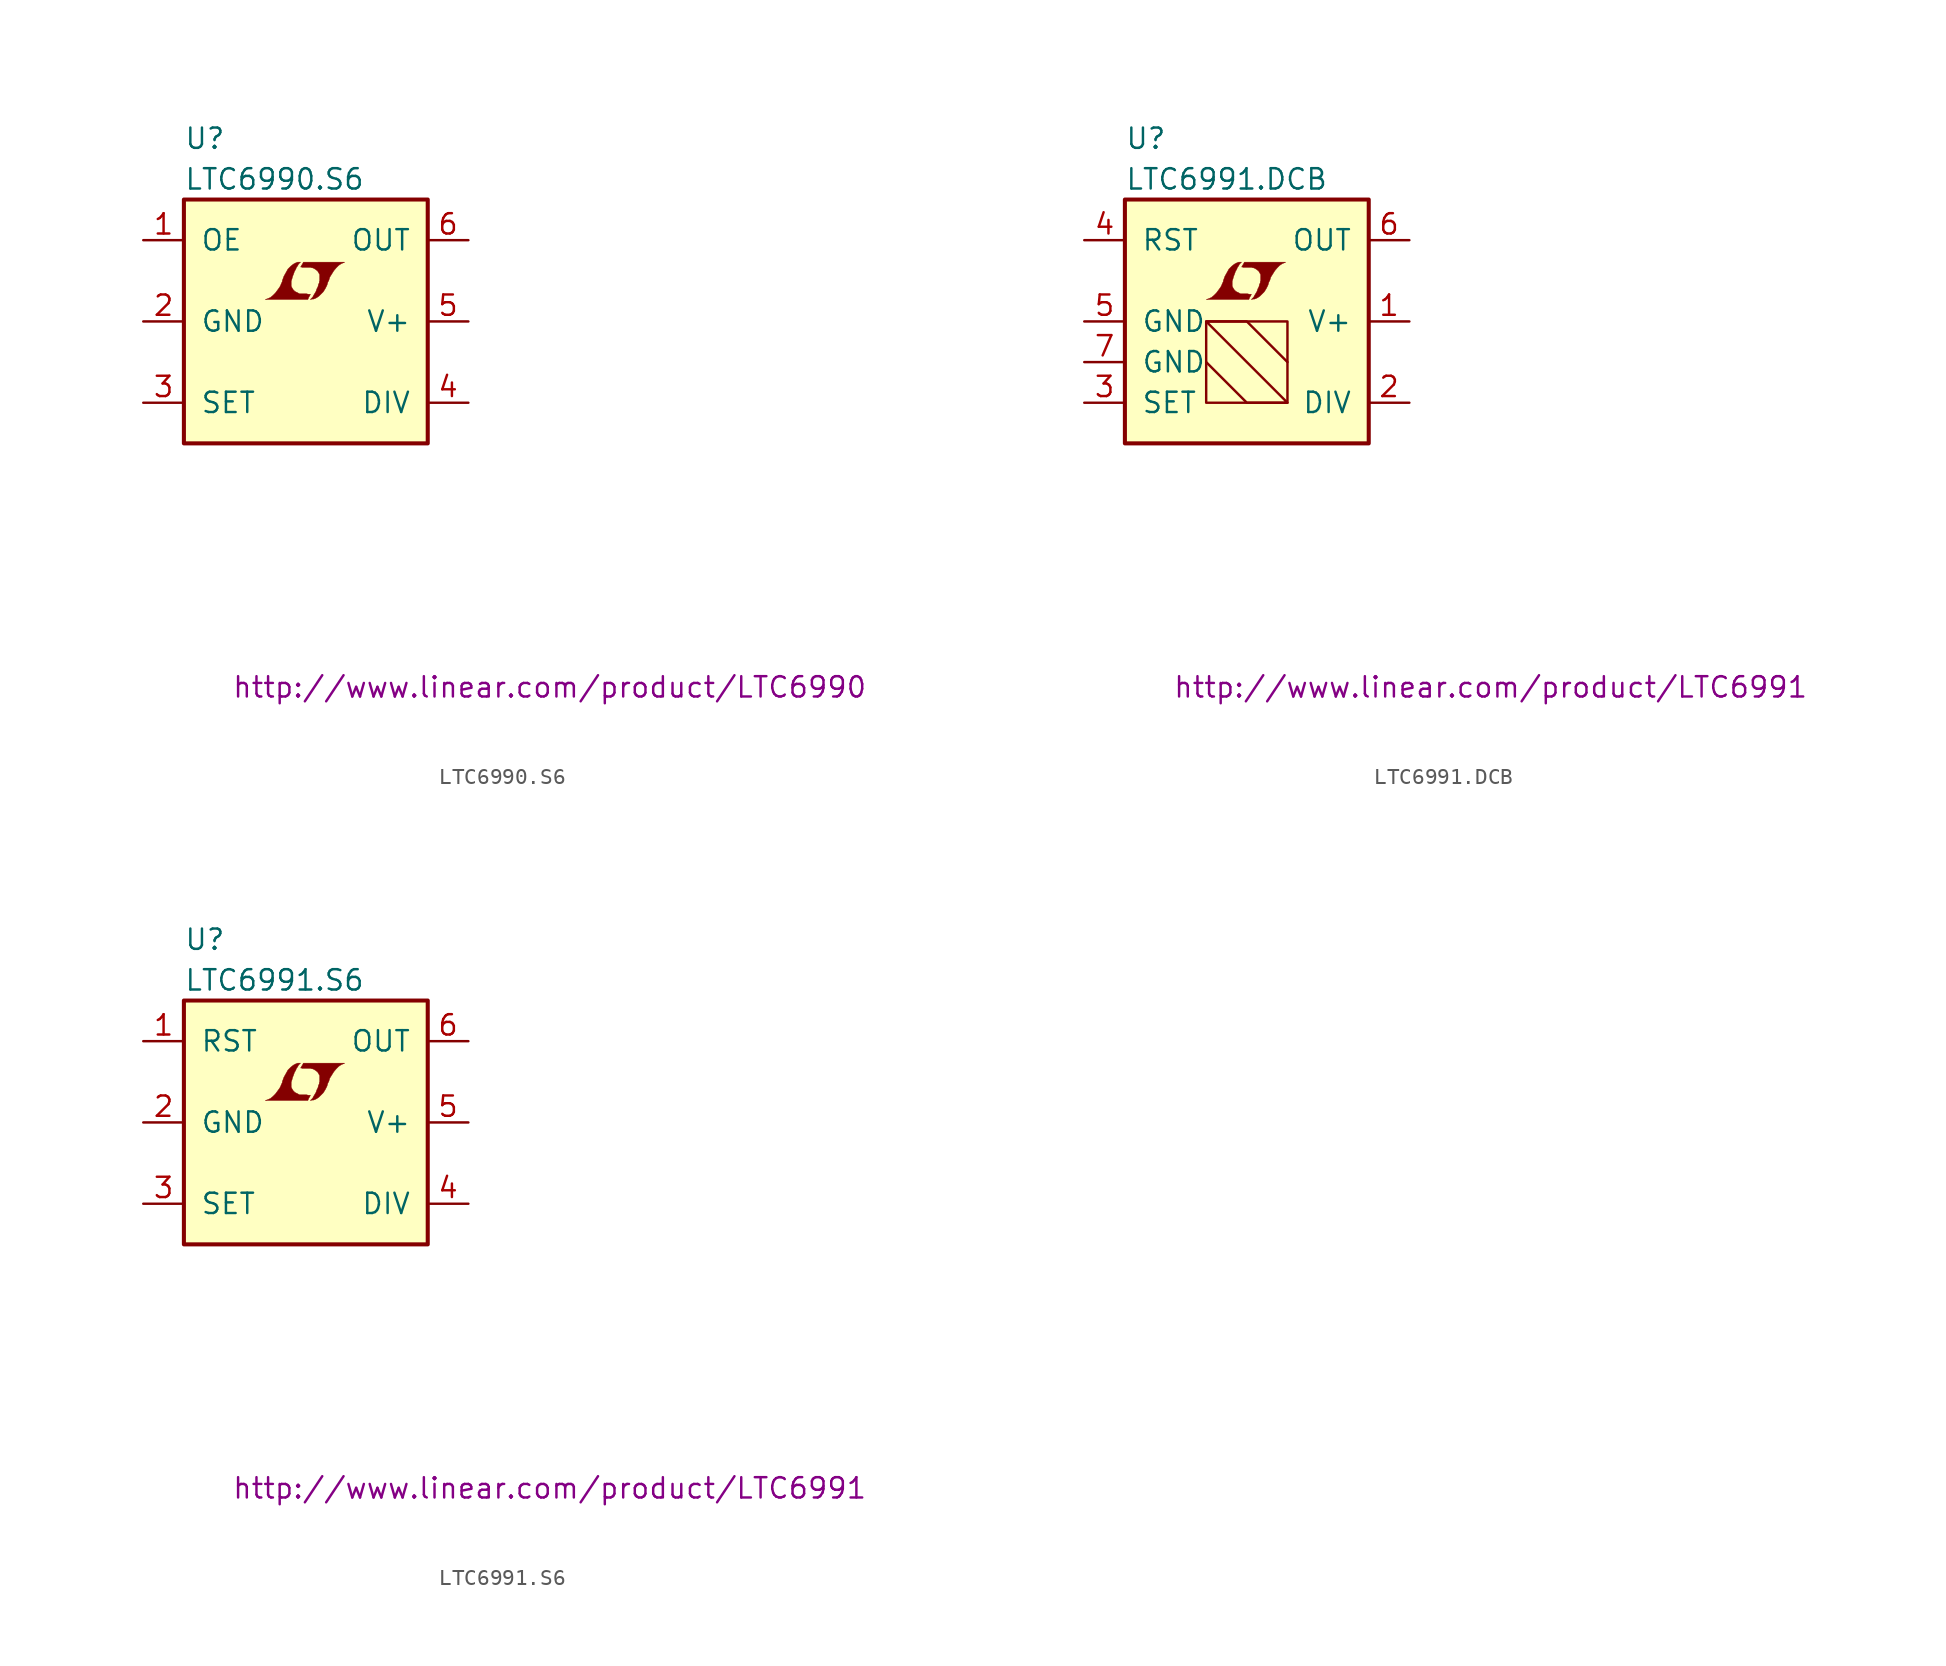
<source format=kicad_sym>
(kicad_symbol_lib
  (version 20201005)
  (generator kicad_symbol_editor)
  (symbol "LTC6990.S6"
    (pin_names
      (offset 1.016))
    (property "Reference" "U"
      (at -7.62 11.43 0)
      (effects (font (size 1.27 1.27)) (justify left)))
    (property "Value" "LTC6990.S6"
      (at -7.62 8.89 0)
      (effects (font (size 1.27 1.27)) (justify left)))
    (property "Datasheet" "http://www.linear.com/product/LTC6990"
      (at 15.24 -22.86 0)
      (effects (font (size 1.27 1.27))))
    (symbol "LTC6990.S6_0_0"
      (polyline (pts (xy 0.203 1.549) (xy 0.229 1.575) (xy 0.279 1.676) (xy 0.279 1.702) (xy 0.152 1.702) (xy 0.051 1.727) (xy -0.406 1.727) (xy -0.432 1.753) (xy -0.686 1.88) (xy -0.787 1.981) (xy -0.864 2.108) (xy -0.914 2.21) (xy -0.914 2.515) (xy -0.864 2.667) (xy -0.838 2.769) (xy -0.813 2.845) (xy -0.762 2.972) (xy -0.711 3.124) (xy -0.635 3.251) (xy -0.584 3.378) (xy -0.508 3.48) (xy -0.457 3.581) (xy -0.33 3.708) (xy -0.508 3.708) (xy -0.635 3.658) (xy -0.737 3.607) (xy -0.813 3.556) (xy -0.94 3.454) (xy -1.118 3.277) (xy -1.372 2.819) (xy -1.473 2.54) (xy -1.473 2.489) (xy -1.524 2.388) (xy -1.575 2.261) (xy -1.626 2.159) (xy -1.753 1.981) (xy -1.905 1.778) (xy -2.057 1.626) (xy -2.21 1.499) (xy -2.388 1.422) (xy -2.54 1.372) (xy 0.127 1.372) (xy 0.203 1.549)) (stroke (width 0.025)) (fill (type outline)))
      (polyline (pts (xy 0.406 1.397) (xy 0.483 1.397) (xy 0.66 1.473) (xy 0.813 1.575) (xy 1.092 1.854) (xy 1.219 2.057) (xy 1.321 2.261) (xy 1.397 2.515) (xy 1.422 2.515) (xy 1.499 2.769) (xy 1.753 3.175) (xy 1.905 3.353) (xy 2.057 3.505) (xy 2.21 3.607) (xy 2.388 3.683) (xy 2.413 3.683) (xy 2.413 3.708) (xy -0.152 3.708) (xy -0.229 3.556) (xy -0.254 3.531) (xy -0.305 3.429) (xy -0.33 3.404) (xy -0.279 3.404) (xy -0.229 3.378) (xy 0.305 3.378) (xy 0.356 3.353) (xy 0.406 3.353) (xy 0.483 3.327) (xy 0.61 3.251) (xy 0.737 3.15) (xy 0.813 3.023) (xy 0.838 2.972) (xy 0.864 2.946) (xy 0.864 2.54) (xy 0.838 2.489) (xy 0.838 2.413) (xy 0.787 2.311) (xy 0.762 2.184) (xy 0.686 2.032) (xy 0.635 1.88) (xy 0.483 1.626) (xy 0.432 1.524) (xy 0.279 1.372) (xy 0.406 1.397)) (stroke (width 0.025)) (fill (type outline))))
    (symbol "LTC6990.S6_0_1"
      (rectangle (start -7.62 7.62) (end 7.62 -7.62) (stroke (width 0.254)) (fill (type background))))
    (symbol "LTC6990.S6_1_1"
      (pin passive line (at -10.16 5.08 0) (length 2.54) (name "OE" (effects (font (size 1.27 1.27)))) (number "1" (effects (font (size 1.27 1.27)))))
      (pin power_in line (at -10.16 0 0) (length 2.54) (name "GND" (effects (font (size 1.27 1.27)))) (number "2" (effects (font (size 1.27 1.27)))))
      (pin passive line (at -10.16 -5.08 0) (length 2.54) (name "SET" (effects (font (size 1.27 1.27)))) (number "3" (effects (font (size 1.27 1.27)))))
      (pin passive line (at 10.16 -5.08 180) (length 2.54) (name "DIV" (effects (font (size 1.27 1.27)))) (number "4" (effects (font (size 1.27 1.27)))))
      (pin power_in line (at 10.16 0 180) (length 2.54) (name "V+" (effects (font (size 1.27 1.27)))) (number "5" (effects (font (size 1.27 1.27)))))
      (pin output line (at 10.16 5.08 180) (length 2.54) (name "OUT" (effects (font (size 1.27 1.27)))) (number "6" (effects (font (size 1.27 1.27)))))))
  (symbol "LTC6991.DCB"
    (pin_names
      (offset 1.016))
    (property "Reference" "U"
      (at -7.62 11.43 0)
      (effects (font (size 1.27 1.27)) (justify left)))
    (property "Value" "LTC6991.DCB"
      (at -7.62 8.89 0)
      (effects (font (size 1.27 1.27)) (justify left)))
    (property "Datasheet" "http://www.linear.com/product/LTC6991"
      (at 15.24 -22.86 0)
      (effects (font (size 1.27 1.27))))
    (symbol "LTC6991.DCB_0_0"
      (polyline (pts (xy 0.203 1.549) (xy 0.229 1.575) (xy 0.279 1.676) (xy 0.279 1.702) (xy 0.152 1.702) (xy 0.051 1.727) (xy -0.406 1.727) (xy -0.432 1.753) (xy -0.686 1.88) (xy -0.787 1.981) (xy -0.864 2.108) (xy -0.914 2.21) (xy -0.914 2.515) (xy -0.864 2.667) (xy -0.838 2.769) (xy -0.813 2.845) (xy -0.762 2.972) (xy -0.711 3.124) (xy -0.635 3.251) (xy -0.584 3.378) (xy -0.508 3.48) (xy -0.457 3.581) (xy -0.33 3.708) (xy -0.508 3.708) (xy -0.635 3.658) (xy -0.737 3.607) (xy -0.813 3.556) (xy -0.94 3.454) (xy -1.118 3.277) (xy -1.372 2.819) (xy -1.473 2.54) (xy -1.473 2.489) (xy -1.524 2.388) (xy -1.575 2.261) (xy -1.626 2.159) (xy -1.753 1.981) (xy -1.905 1.778) (xy -2.057 1.626) (xy -2.21 1.499) (xy -2.388 1.422) (xy -2.54 1.372) (xy 0.127 1.372) (xy 0.203 1.549)) (stroke (width 0.025)) (fill (type outline)))
      (polyline (pts (xy 0.406 1.397) (xy 0.483 1.397) (xy 0.66 1.473) (xy 0.813 1.575) (xy 1.092 1.854) (xy 1.219 2.057) (xy 1.321 2.261) (xy 1.397 2.515) (xy 1.422 2.515) (xy 1.499 2.769) (xy 1.753 3.175) (xy 1.905 3.353) (xy 2.057 3.505) (xy 2.21 3.607) (xy 2.388 3.683) (xy 2.413 3.683) (xy 2.413 3.708) (xy -0.152 3.708) (xy -0.229 3.556) (xy -0.254 3.531) (xy -0.305 3.429) (xy -0.33 3.404) (xy -0.279 3.404) (xy -0.229 3.378) (xy 0.305 3.378) (xy 0.356 3.353) (xy 0.406 3.353) (xy 0.483 3.327) (xy 0.61 3.251) (xy 0.737 3.15) (xy 0.813 3.023) (xy 0.838 2.972) (xy 0.864 2.946) (xy 0.864 2.54) (xy 0.838 2.489) (xy 0.838 2.413) (xy 0.787 2.311) (xy 0.762 2.184) (xy 0.686 2.032) (xy 0.635 1.88) (xy 0.483 1.626) (xy 0.432 1.524) (xy 0.279 1.372) (xy 0.406 1.397)) (stroke (width 0.025)) (fill (type outline))))
    (symbol "LTC6991.DCB_0_1"
      (rectangle (start -7.62 7.62) (end 7.62 -7.62) (stroke (width 0.254)) (fill (type background)))
      (rectangle (start -2.54 -5.08) (end 2.54 0) (stroke (width 0)) (fill (type none)))
      (polyline (pts (xy -2.54 -2.54) (xy 0 -5.08) (xy 2.54 -5.08) (xy -2.54 0) (xy 0 0) (xy 2.54 -2.54)) (stroke (width 0)) (fill (type none))))
    (symbol "LTC6991.DCB_1_1"
      (pin power_in line (at 10.16 0 180) (length 2.54) (name "V+" (effects (font (size 1.27 1.27)))) (number "1" (effects (font (size 1.27 1.27)))))
      (pin passive line (at 10.16 -5.08 180) (length 2.54) (name "DIV" (effects (font (size 1.27 1.27)))) (number "2" (effects (font (size 1.27 1.27)))))
      (pin passive line (at -10.16 -5.08 0) (length 2.54) (name "SET" (effects (font (size 1.27 1.27)))) (number "3" (effects (font (size 1.27 1.27)))))
      (pin passive line (at -10.16 5.08 0) (length 2.54) (name "RST" (effects (font (size 1.27 1.27)))) (number "4" (effects (font (size 1.27 1.27)))))
      (pin power_in line (at -10.16 0 0) (length 2.54) (name "GND" (effects (font (size 1.27 1.27)))) (number "5" (effects (font (size 1.27 1.27)))))
      (pin output line (at 10.16 5.08 180) (length 2.54) (name "OUT" (effects (font (size 1.27 1.27)))) (number "6" (effects (font (size 1.27 1.27)))))
      (pin power_in line (at -10.16 -2.54 0) (length 2.54) (name "GND" (effects (font (size 1.27 1.27)))) (number "7" (effects (font (size 1.27 1.27)))))))
  (symbol "LTC6991.S6"
    (pin_names
      (offset 1.016))
    (property "Reference" "U"
      (at -7.62 11.43 0)
      (effects (font (size 1.27 1.27)) (justify left)))
    (property "Value" "LTC6991.S6"
      (at -7.62 8.89 0)
      (effects (font (size 1.27 1.27)) (justify left)))
    (property "Datasheet" "http://www.linear.com/product/LTC6991"
      (at 15.24 -22.86 0)
      (effects (font (size 1.27 1.27))))
    (symbol "LTC6991.S6_0_0"
      (polyline (pts (xy 0.203 1.549) (xy 0.229 1.575) (xy 0.279 1.676) (xy 0.279 1.702) (xy 0.152 1.702) (xy 0.051 1.727) (xy -0.406 1.727) (xy -0.432 1.753) (xy -0.686 1.88) (xy -0.787 1.981) (xy -0.864 2.108) (xy -0.914 2.21) (xy -0.914 2.515) (xy -0.864 2.667) (xy -0.838 2.769) (xy -0.813 2.845) (xy -0.762 2.972) (xy -0.711 3.124) (xy -0.635 3.251) (xy -0.584 3.378) (xy -0.508 3.48) (xy -0.457 3.581) (xy -0.33 3.708) (xy -0.508 3.708) (xy -0.635 3.658) (xy -0.737 3.607) (xy -0.813 3.556) (xy -0.94 3.454) (xy -1.118 3.277) (xy -1.372 2.819) (xy -1.473 2.54) (xy -1.473 2.489) (xy -1.524 2.388) (xy -1.575 2.261) (xy -1.626 2.159) (xy -1.753 1.981) (xy -1.905 1.778) (xy -2.057 1.626) (xy -2.21 1.499) (xy -2.388 1.422) (xy -2.54 1.372) (xy 0.127 1.372) (xy 0.203 1.549)) (stroke (width 0.025)) (fill (type outline)))
      (polyline (pts (xy 0.406 1.397) (xy 0.483 1.397) (xy 0.66 1.473) (xy 0.813 1.575) (xy 1.092 1.854) (xy 1.219 2.057) (xy 1.321 2.261) (xy 1.397 2.515) (xy 1.422 2.515) (xy 1.499 2.769) (xy 1.753 3.175) (xy 1.905 3.353) (xy 2.057 3.505) (xy 2.21 3.607) (xy 2.388 3.683) (xy 2.413 3.683) (xy 2.413 3.708) (xy -0.152 3.708) (xy -0.229 3.556) (xy -0.254 3.531) (xy -0.305 3.429) (xy -0.33 3.404) (xy -0.279 3.404) (xy -0.229 3.378) (xy 0.305 3.378) (xy 0.356 3.353) (xy 0.406 3.353) (xy 0.483 3.327) (xy 0.61 3.251) (xy 0.737 3.15) (xy 0.813 3.023) (xy 0.838 2.972) (xy 0.864 2.946) (xy 0.864 2.54) (xy 0.838 2.489) (xy 0.838 2.413) (xy 0.787 2.311) (xy 0.762 2.184) (xy 0.686 2.032) (xy 0.635 1.88) (xy 0.483 1.626) (xy 0.432 1.524) (xy 0.279 1.372) (xy 0.406 1.397)) (stroke (width 0.025)) (fill (type outline))))
    (symbol "LTC6991.S6_0_1"
      (rectangle (start -7.62 7.62) (end 7.62 -7.62) (stroke (width 0.254)) (fill (type background))))
    (symbol "LTC6991.S6_1_1"
      (pin passive line (at -10.16 5.08 0) (length 2.54) (name "RST" (effects (font (size 1.27 1.27)))) (number "1" (effects (font (size 1.27 1.27)))))
      (pin power_in line (at -10.16 0 0) (length 2.54) (name "GND" (effects (font (size 1.27 1.27)))) (number "2" (effects (font (size 1.27 1.27)))))
      (pin passive line (at -10.16 -5.08 0) (length 2.54) (name "SET" (effects (font (size 1.27 1.27)))) (number "3" (effects (font (size 1.27 1.27)))))
      (pin passive line (at 10.16 -5.08 180) (length 2.54) (name "DIV" (effects (font (size 1.27 1.27)))) (number "4" (effects (font (size 1.27 1.27)))))
      (pin power_in line (at 10.16 0 180) (length 2.54) (name "V+" (effects (font (size 1.27 1.27)))) (number "5" (effects (font (size 1.27 1.27)))))
      (pin output line (at 10.16 5.08 180) (length 2.54) (name "OUT" (effects (font (size 1.27 1.27)))) (number "6" (effects (font (size 1.27 1.27))))))))
</source>
